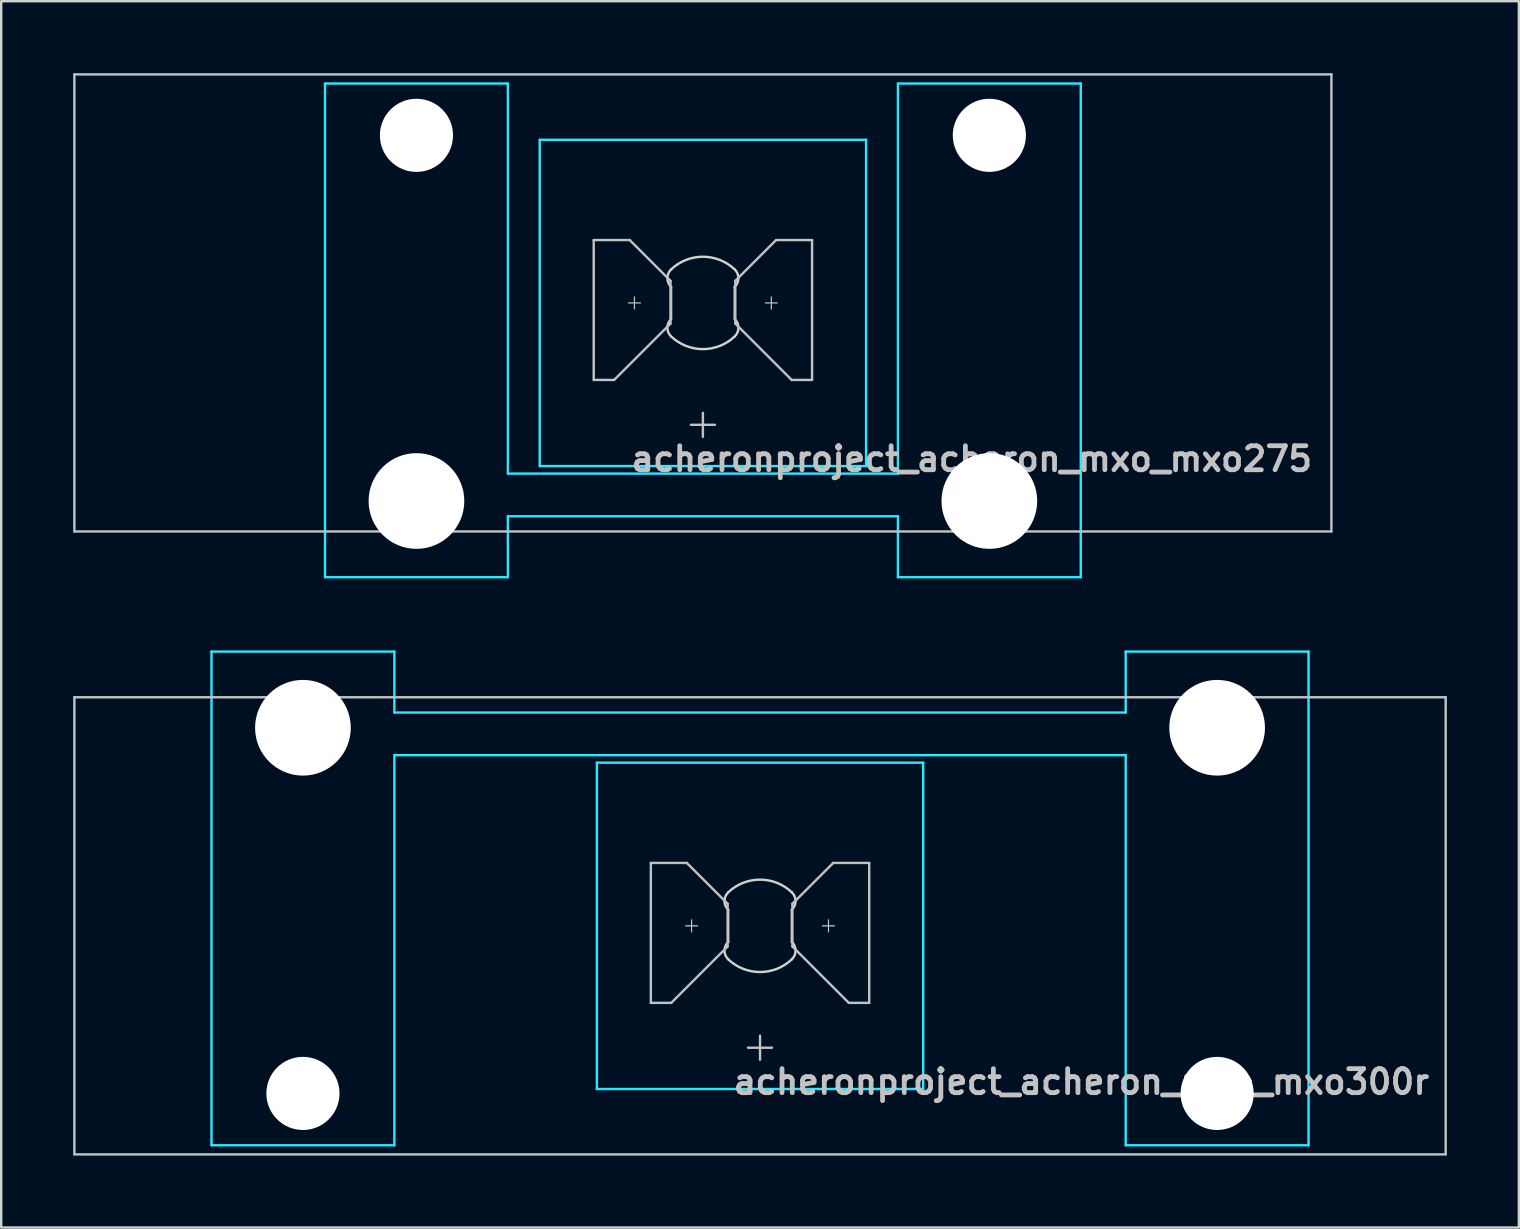
<source format=kicad_pcb>
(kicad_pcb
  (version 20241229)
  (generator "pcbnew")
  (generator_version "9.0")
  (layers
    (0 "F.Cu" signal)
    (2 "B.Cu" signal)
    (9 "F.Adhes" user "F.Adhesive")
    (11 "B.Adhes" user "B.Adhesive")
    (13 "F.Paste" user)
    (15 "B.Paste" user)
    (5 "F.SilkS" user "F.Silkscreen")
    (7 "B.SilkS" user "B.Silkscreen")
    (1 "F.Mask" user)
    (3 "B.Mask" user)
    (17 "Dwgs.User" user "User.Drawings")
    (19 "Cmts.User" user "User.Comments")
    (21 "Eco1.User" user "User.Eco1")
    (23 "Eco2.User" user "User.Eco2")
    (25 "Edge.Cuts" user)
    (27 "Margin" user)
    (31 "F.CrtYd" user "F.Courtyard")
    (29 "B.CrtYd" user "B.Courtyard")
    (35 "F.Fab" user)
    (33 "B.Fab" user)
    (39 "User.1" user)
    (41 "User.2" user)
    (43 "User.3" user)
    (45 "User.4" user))
  (footprint "acheronproject_acheron_mxo_mxo300r"
    (layer "F.Cu")
    (at 28.625 35.535)
    (property "Reference" "acheronproject_acheron_mxo_mxo300r" (at 28 6.5 0) (layer "Dwgs.User") (effects (font (size 1 1) (thickness 0.2)) (justify right)))
    (attr through_hole)
    (fp_line (start -28.575 -9.525) (end -28.575 9.525) (stroke (width 0.1) (type solid)) (layer "Dwgs.User"))
    (fp_line (start -28.575 -9.525) (end 28.575 -9.525) (stroke (width 0.1) (type solid)) (layer "Dwgs.User"))
    (fp_line (start -28.575 9.525) (end 28.575 9.525) (stroke (width 0.1) (type solid)) (layer "Dwgs.User"))
    (fp_line (start -4.55 -2.62) (end -3.05 -2.62) (stroke (width 0.1) (type solid)) (layer "Dwgs.User"))
    (fp_line (start -4.55 3.21) (end -4.55 -2.62) (stroke (width 0.1) (type solid)) (layer "Dwgs.User"))
    (fp_line (start -3.7 3.21) (end -4.55 3.21) (stroke (width 0.1) (type solid)) (layer "Dwgs.User"))
    (fp_line (start -3.103 0) (end -2.603 0) (stroke (width 0.05) (type solid)) (layer "Dwgs.User"))
    (fp_line (start -3.05 -2.62) (end -1.35 -0.92) (stroke (width 0.1) (type solid)) (layer "Dwgs.User"))
    (fp_line (start -2.853 -0.25) (end -2.853 0.25) (stroke (width 0.05) (type solid)) (layer "Dwgs.User"))
    (fp_line (start -1.35 -0.92) (end -1.35 0.86) (stroke (width 0.1) (type solid)) (layer "Dwgs.User"))
    (fp_line (start -1.35 0.86) (end -3.7 3.21) (stroke (width 0.1) (type solid)) (layer "Dwgs.User"))
    (fp_line (start -0.5 5.08) (end 0.5 5.08) (stroke (width 0.1) (type solid)) (layer "Dwgs.User"))
    (fp_line (start 0 4.58) (end 0 5.58) (stroke (width 0.1) (type solid)) (layer "Dwgs.User"))
    (fp_line (start 1.35 -0.92) (end 1.35 0.86) (stroke (width 0.1) (type solid)) (layer "Dwgs.User"))
    (fp_line (start 1.35 0.86) (end 3.7 3.21) (stroke (width 0.1) (type solid)) (layer "Dwgs.User"))
    (fp_line (start 2.603 0) (end 3.103 0) (stroke (width 0.05) (type solid)) (layer "Dwgs.User"))
    (fp_line (start 2.853 -0.25) (end 2.853 0.25) (stroke (width 0.05) (type solid)) (layer "Dwgs.User"))
    (fp_line (start 3.05 -2.62) (end 1.35 -0.92) (stroke (width 0.1) (type solid)) (layer "Dwgs.User"))
    (fp_line (start 3.7 3.21) (end 4.55 3.21) (stroke (width 0.1) (type solid)) (layer "Dwgs.User"))
    (fp_line (start 4.55 -2.62) (end 3.05 -2.62) (stroke (width 0.1) (type solid)) (layer "Dwgs.User"))
    (fp_line (start 4.55 3.21) (end 4.55 -2.62) (stroke (width 0.1) (type solid)) (layer "Dwgs.User"))
    (fp_line (start 28.575 -9.525) (end 28.575 9.525) (stroke (width 0.1) (type solid)) (layer "Dwgs.User"))
    (fp_line (start -22.55 -8.515) (end -22.55 5.485) (stroke (width 0.1) (type solid)) (layer "Eco1.User"))
    (fp_line (start -22.05 -9.015) (end -16.05 -9.015) (stroke (width 0.1) (type solid)) (layer "Eco1.User"))
    (fp_line (start -16.05 5.985) (end -22.05 5.985) (stroke (width 0.1) (type solid)) (layer "Eco1.User"))
    (fp_line (start -15.55 5.485) (end -15.55 -8.515) (stroke (width 0.1) (type solid)) (layer "Eco1.User"))
    (fp_line (start -7 -6.5) (end -7 6.5) (stroke (width 0.1) (type solid)) (layer "Eco1.User"))
    (fp_line (start -6.5 7) (end 6.5 7) (stroke (width 0.1) (type solid)) (layer "Eco1.User"))
    (fp_line (start 6.5 -7) (end -6.5 -7) (stroke (width 0.1) (type solid)) (layer "Eco1.User"))
    (fp_line (start 7 6.5) (end 7 -6.5) (stroke (width 0.1) (type solid)) (layer "Eco1.User"))
    (fp_line (start 15.55 -8.515) (end 15.55 5.485) (stroke (width 0.1) (type solid)) (layer "Eco1.User"))
    (fp_line (start 16.05 -9.015) (end 22.05 -9.015) (stroke (width 0.1) (type solid)) (layer "Eco1.User"))
    (fp_line (start 22.05 5.985) (end 16.05 5.985) (stroke (width 0.1) (type solid)) (layer "Eco1.User"))
    (fp_line (start 22.55 5.485) (end 22.55 -8.515) (stroke (width 0.1) (type solid)) (layer "Eco1.User"))
    (fp_arc (start -22.55 -8.515) (mid -22.403553 -8.868553) (end -22.05 -9.015) (stroke (width 0.1) (type solid)) (layer "Eco1.User"))
    (fp_arc (start -22.05 5.985) (mid -22.403553 5.838553) (end -22.55 5.485) (stroke (width 0.1) (type solid)) (layer "Eco1.User"))
    (fp_arc (start -16.05 -9.015) (mid -15.696447 -8.868553) (end -15.55 -8.515) (stroke (width 0.1) (type solid)) (layer "Eco1.User"))
    (fp_arc (start -15.55 5.485) (mid -15.696447 5.838553) (end -16.05 5.985) (stroke (width 0.1) (type solid)) (layer "Eco1.User"))
    (fp_arc (start -7 -6.5) (mid -6.853553 -6.853553) (end -6.5 -7) (stroke (width 0.1) (type solid)) (layer "Eco1.User"))
    (fp_arc (start -6.5 7) (mid -6.853553 6.853553) (end -7 6.5) (stroke (width 0.1) (type solid)) (layer "Eco1.User"))
    (fp_arc (start 6.5 -7) (mid 6.853553 -6.853553) (end 7 -6.5) (stroke (width 0.1) (type solid)) (layer "Eco1.User"))
    (fp_arc (start 7 6.5) (mid 6.853553 6.853553) (end 6.5 7) (stroke (width 0.1) (type solid)) (layer "Eco1.User"))
    (fp_arc (start 15.55 -8.515) (mid 15.696447 -8.868553) (end 16.05 -9.015) (stroke (width 0.1) (type solid)) (layer "Eco1.User"))
    (fp_arc (start 16.05 5.985) (mid 15.696447 5.838553) (end 15.55 5.485) (stroke (width 0.1) (type solid)) (layer "Eco1.User"))
    (fp_arc (start 22.05 -9.015) (mid 22.403553 -8.868553) (end 22.55 -8.515) (stroke (width 0.1) (type solid)) (layer "Eco1.User"))
    (fp_arc (start 22.55 5.485) (mid 22.403553 5.838553) (end 22.05 5.985) (stroke (width 0.1) (type solid)) (layer "Eco1.User"))
    (fp_line (start -1.325 -0.671) (end -1.325 0.671) (stroke (width 0.1) (type solid)) (layer "Edge.Cuts"))
    (fp_line (start 1.325 0.671) (end 1.325 -0.671) (stroke (width 0.1) (type solid)) (layer "Edge.Cuts"))
    (fp_arc (start -1.325 -1.396424) (mid 0 -1.925) (end 1.325 -1.396424) (stroke (width 0.1) (type solid)) (layer "Edge.Cuts"))
    (fp_arc (start -1.325 -0.671009) (mid -1.480844 -1.033717) (end -1.325 -1.396424) (stroke (width 0.1) (type solid)) (layer "Edge.Cuts"))
    (fp_arc (start -1.325 1.396424) (mid -1.480844 1.033717) (end -1.325 0.671009) (stroke (width 0.1) (type solid)) (layer "Edge.Cuts"))
    (fp_arc (start 1.325 -1.396424) (mid 1.480844 -1.033717) (end 1.325 -0.671009) (stroke (width 0.1) (type solid)) (layer "Edge.Cuts"))
    (fp_arc (start 1.325 0.671009) (mid 1.480844 1.033717) (end 1.325 1.396424) (stroke (width 0.1) (type solid)) (layer "Edge.Cuts"))
    (fp_arc (start 1.325 1.396424) (mid 0 1.925) (end -1.325 1.396424) (stroke (width 0.1) (type solid)) (layer "Edge.Cuts"))
    (fp_line (start -22.86 -11.43) (end -15.24 -11.43) (stroke (width 0.1) (type solid)) (layer "B.CrtYd"))
    (fp_line (start -22.86 9.144) (end -22.86 -11.43) (stroke (width 0.1) (type solid)) (layer "B.CrtYd"))
    (fp_line (start -15.24 -11.43) (end -15.24 -8.89) (stroke (width 0.1) (type solid)) (layer "B.CrtYd"))
    (fp_line (start -15.24 9.144) (end -22.86 9.144) (stroke (width 0.1) (type solid)) (layer "B.CrtYd"))
    (fp_line (start -15.24 9.144) (end -15.24 -7.112) (stroke (width 0.1) (type solid)) (layer "B.CrtYd"))
    (fp_line (start -6.8 6.8) (end -6.8 -6.8) (stroke (width 0.1) (type solid)) (layer "B.CrtYd"))
    (fp_line (start 6.8 -6.8) (end -6.8 -6.8) (stroke (width 0.1) (type solid)) (layer "B.CrtYd"))
    (fp_line (start 6.8 6.8) (end -6.8 6.8) (stroke (width 0.1) (type solid)) (layer "B.CrtYd"))
    (fp_line (start 6.8 6.8) (end 6.8 -6.8) (stroke (width 0.1) (type solid)) (layer "B.CrtYd"))
    (fp_line (start 15.24 -11.43) (end 15.24 -8.89) (stroke (width 0.1) (type solid)) (layer "B.CrtYd"))
    (fp_line (start 15.24 -11.43) (end 22.86 -11.43) (stroke (width 0.1) (type solid)) (layer "B.CrtYd"))
    (fp_line (start 15.24 -8.89) (end -15.24 -8.89) (stroke (width 0.1) (type solid)) (layer "B.CrtYd"))
    (fp_line (start 15.24 -7.112) (end -15.24 -7.112) (stroke (width 0.1) (type solid)) (layer "B.CrtYd"))
    (fp_line (start 15.24 9.144) (end 15.24 -7.112) (stroke (width 0.1) (type solid)) (layer "B.CrtYd"))
    (fp_line (start 22.86 -11.43) (end 22.86 9.144) (stroke (width 0.1) (type solid)) (layer "B.CrtYd"))
    (fp_line (start 22.86 9.144) (end 15.24 9.144) (stroke (width 0.1) (type solid)) (layer "B.CrtYd"))
    (pad "" np_thru_hole circle (at -19.05 -8.255 180) (size 3.988 3.988) (drill 3.988) (layers "*.Cu" "*.Mask"))
    (pad "" np_thru_hole circle (at -19.05 6.985 180) (size 3.048 3.048) (drill 3.048) (layers "*.Cu" "*.Mask"))
    (pad "" np_thru_hole circle (at 19.05 -8.255 180) (size 3.988 3.988) (drill 3.988) (layers "*.Cu" "*.Mask"))
    (pad "" np_thru_hole circle (at 19.05 6.985 180) (size 3.048 3.048) (drill 3.048) (layers "*.Cu" "*.Mask")))
  (footprint "acheronproject_acheron_mxo_mxo275"
    (layer "F.Cu")
    (at 26.244 9.575)
    (property "Reference" "acheronproject_acheron_mxo_mxo275" (at 25.5 6.5 0) (layer "Dwgs.User") (effects (font (size 1 1) (thickness 0.2)) (justify right)))
    (attr through_hole)
    (fp_line (start -26.194 -9.525) (end -26.194 9.525) (stroke (width 0.1) (type solid)) (layer "Dwgs.User"))
    (fp_line (start -26.194 -9.525) (end 26.194 -9.525) (stroke (width 0.1) (type solid)) (layer "Dwgs.User"))
    (fp_line (start -26.194 9.525) (end 26.194 9.525) (stroke (width 0.1) (type solid)) (layer "Dwgs.User"))
    (fp_line (start -4.55 -2.62) (end -3.05 -2.62) (stroke (width 0.1) (type solid)) (layer "Dwgs.User"))
    (fp_line (start -4.55 3.21) (end -4.55 -2.62) (stroke (width 0.1) (type solid)) (layer "Dwgs.User"))
    (fp_line (start -3.7 3.21) (end -4.55 3.21) (stroke (width 0.1) (type solid)) (layer "Dwgs.User"))
    (fp_line (start -3.103 0) (end -2.603 0) (stroke (width 0.05) (type solid)) (layer "Dwgs.User"))
    (fp_line (start -3.05 -2.62) (end -1.35 -0.92) (stroke (width 0.1) (type solid)) (layer "Dwgs.User"))
    (fp_line (start -2.853 -0.25) (end -2.853 0.25) (stroke (width 0.05) (type solid)) (layer "Dwgs.User"))
    (fp_line (start -1.35 -0.92) (end -1.35 0.86) (stroke (width 0.1) (type solid)) (layer "Dwgs.User"))
    (fp_line (start -1.35 0.86) (end -3.7 3.21) (stroke (width 0.1) (type solid)) (layer "Dwgs.User"))
    (fp_line (start -0.5 5.08) (end 0.5 5.08) (stroke (width 0.1) (type solid)) (layer "Dwgs.User"))
    (fp_line (start 0 4.58) (end 0 5.58) (stroke (width 0.1) (type solid)) (layer "Dwgs.User"))
    (fp_line (start 1.35 -0.92) (end 1.35 0.86) (stroke (width 0.1) (type solid)) (layer "Dwgs.User"))
    (fp_line (start 1.35 0.86) (end 3.7 3.21) (stroke (width 0.1) (type solid)) (layer "Dwgs.User"))
    (fp_line (start 2.603 0) (end 3.103 0) (stroke (width 0.05) (type solid)) (layer "Dwgs.User"))
    (fp_line (start 2.853 -0.25) (end 2.853 0.25) (stroke (width 0.05) (type solid)) (layer "Dwgs.User"))
    (fp_line (start 3.05 -2.62) (end 1.35 -0.92) (stroke (width 0.1) (type solid)) (layer "Dwgs.User"))
    (fp_line (start 3.7 3.21) (end 4.55 3.21) (stroke (width 0.1) (type solid)) (layer "Dwgs.User"))
    (fp_line (start 4.55 -2.62) (end 3.05 -2.62) (stroke (width 0.1) (type solid)) (layer "Dwgs.User"))
    (fp_line (start 4.55 3.21) (end 4.55 -2.62) (stroke (width 0.1) (type solid)) (layer "Dwgs.User"))
    (fp_line (start 26.194 -9.525) (end 26.194 9.525) (stroke (width 0.1) (type solid)) (layer "Dwgs.User"))
    (fp_line (start -15.438 -5.485) (end -15.438 8.515) (stroke (width 0.1) (type solid)) (layer "Eco1.User"))
    (fp_line (start -14.938 -5.985) (end -8.938 -5.985) (stroke (width 0.1) (type solid)) (layer "Eco1.User"))
    (fp_line (start -8.938 9.015) (end -14.938 9.015) (stroke (width 0.1) (type solid)) (layer "Eco1.User"))
    (fp_line (start -8.438 8.515) (end -8.438 -5.485) (stroke (width 0.1) (type solid)) (layer "Eco1.User"))
    (fp_line (start -7 -6.5) (end -7 6.5) (stroke (width 0.1) (type solid)) (layer "Eco1.User"))
    (fp_line (start -6.5 7) (end 6.5 7) (stroke (width 0.1) (type solid)) (layer "Eco1.User"))
    (fp_line (start 6.5 -7) (end -6.5 -7) (stroke (width 0.1) (type solid)) (layer "Eco1.User"))
    (fp_line (start 7 6.5) (end 7 -6.5) (stroke (width 0.1) (type solid)) (layer "Eco1.User"))
    (fp_line (start 8.438 -5.485) (end 8.438 8.515) (stroke (width 0.1) (type solid)) (layer "Eco1.User"))
    (fp_line (start 8.938 -5.985) (end 14.938 -5.985) (stroke (width 0.1) (type solid)) (layer "Eco1.User"))
    (fp_line (start 14.938 9.015) (end 8.938 9.015) (stroke (width 0.1) (type solid)) (layer "Eco1.User"))
    (fp_line (start 15.438 8.515) (end 15.438 -5.485) (stroke (width 0.1) (type solid)) (layer "Eco1.User"))
    (fp_arc (start -15.438 -5.485) (mid -15.291553 -5.838553) (end -14.938 -5.985) (stroke (width 0.1) (type solid)) (layer "Eco1.User"))
    (fp_arc (start -14.938 9.015) (mid -15.291553 8.868553) (end -15.438 8.515) (stroke (width 0.1) (type solid)) (layer "Eco1.User"))
    (fp_arc (start -8.938 -5.985) (mid -8.584447 -5.838553) (end -8.438 -5.485) (stroke (width 0.1) (type solid)) (layer "Eco1.User"))
    (fp_arc (start -8.438 8.515) (mid -8.584447 8.868553) (end -8.938 9.015) (stroke (width 0.1) (type solid)) (layer "Eco1.User"))
    (fp_arc (start -7 -6.5) (mid -6.853553 -6.853553) (end -6.5 -7) (stroke (width 0.1) (type solid)) (layer "Eco1.User"))
    (fp_arc (start -6.5 7) (mid -6.853553 6.853553) (end -7 6.5) (stroke (width 0.1) (type solid)) (layer "Eco1.User"))
    (fp_arc (start 6.5 -7) (mid 6.853553 -6.853553) (end 7 -6.5) (stroke (width 0.1) (type solid)) (layer "Eco1.User"))
    (fp_arc (start 7 6.5) (mid 6.853553 6.853553) (end 6.5 7) (stroke (width 0.1) (type solid)) (layer "Eco1.User"))
    (fp_arc (start 8.438 -5.485) (mid 8.584447 -5.838553) (end 8.938 -5.985) (stroke (width 0.1) (type solid)) (layer "Eco1.User"))
    (fp_arc (start 8.938 9.015) (mid 8.584447 8.868553) (end 8.438 8.515) (stroke (width 0.1) (type solid)) (layer "Eco1.User"))
    (fp_arc (start 14.938 -5.985) (mid 15.291553 -5.838553) (end 15.438 -5.485) (stroke (width 0.1) (type solid)) (layer "Eco1.User"))
    (fp_arc (start 15.438 8.515) (mid 15.291553 8.868553) (end 14.938 9.015) (stroke (width 0.1) (type solid)) (layer "Eco1.User"))
    (fp_line (start -1.325 -0.671) (end -1.325 0.671) (stroke (width 0.1) (type solid)) (layer "Edge.Cuts"))
    (fp_line (start 1.325 0.671) (end 1.325 -0.671) (stroke (width 0.1) (type solid)) (layer "Edge.Cuts"))
    (fp_arc (start -1.325 -1.396424) (mid 0 -1.925) (end 1.325 -1.396424) (stroke (width 0.1) (type solid)) (layer "Edge.Cuts"))
    (fp_arc (start -1.325 -0.671009) (mid -1.480844 -1.033717) (end -1.325 -1.396424) (stroke (width 0.1) (type solid)) (layer "Edge.Cuts"))
    (fp_arc (start -1.325 1.396424) (mid -1.480844 1.033717) (end -1.325 0.671009) (stroke (width 0.1) (type solid)) (layer "Edge.Cuts"))
    (fp_arc (start 1.325 -1.396424) (mid 1.480844 -1.033717) (end 1.325 -0.671009) (stroke (width 0.1) (type solid)) (layer "Edge.Cuts"))
    (fp_arc (start 1.325 0.671009) (mid 1.480844 1.033717) (end 1.325 1.396424) (stroke (width 0.1) (type solid)) (layer "Edge.Cuts"))
    (fp_arc (start 1.325 1.396424) (mid 0 1.925) (end -1.325 1.396424) (stroke (width 0.1) (type solid)) (layer "Edge.Cuts"))
    (fp_line (start -15.748 -9.144) (end -8.128 -9.144) (stroke (width 0.1) (type solid)) (layer "B.CrtYd"))
    (fp_line (start -15.748 11.43) (end -15.748 -9.144) (stroke (width 0.1) (type solid)) (layer "B.CrtYd"))
    (fp_line (start -8.128 -9.144) (end -8.128 7.112) (stroke (width 0.1) (type solid)) (layer "B.CrtYd"))
    (fp_line (start -8.128 7.112) (end 8.128 7.112) (stroke (width 0.1) (type solid)) (layer "B.CrtYd"))
    (fp_line (start -8.128 8.89) (end 8.128 8.89) (stroke (width 0.1) (type solid)) (layer "B.CrtYd"))
    (fp_line (start -8.128 11.43) (end -15.748 11.43) (stroke (width 0.1) (type solid)) (layer "B.CrtYd"))
    (fp_line (start -8.128 11.43) (end -8.128 8.89) (stroke (width 0.1) (type solid)) (layer "B.CrtYd"))
    (fp_line (start -6.8 6.8) (end -6.8 -6.8) (stroke (width 0.1) (type solid)) (layer "B.CrtYd"))
    (fp_line (start 6.8 -6.8) (end -6.8 -6.8) (stroke (width 0.1) (type solid)) (layer "B.CrtYd"))
    (fp_line (start 6.8 6.8) (end -6.8 6.8) (stroke (width 0.1) (type solid)) (layer "B.CrtYd"))
    (fp_line (start 6.8 6.8) (end 6.8 -6.8) (stroke (width 0.1) (type solid)) (layer "B.CrtYd"))
    (fp_line (start 8.128 -9.144) (end 8.128 7.112) (stroke (width 0.1) (type solid)) (layer "B.CrtYd"))
    (fp_line (start 8.128 -9.144) (end 15.748 -9.144) (stroke (width 0.1) (type solid)) (layer "B.CrtYd"))
    (fp_line (start 8.128 11.43) (end 8.128 8.89) (stroke (width 0.1) (type solid)) (layer "B.CrtYd"))
    (fp_line (start 15.748 -9.144) (end 15.748 11.43) (stroke (width 0.1) (type solid)) (layer "B.CrtYd"))
    (fp_line (start 15.748 11.43) (end 8.128 11.43) (stroke (width 0.1) (type solid)) (layer "B.CrtYd"))
    (pad "" np_thru_hole circle (at -11.938 -6.985) (size 3.048 3.048) (drill 3.048) (layers "*.Cu" "*.Mask"))
    (pad "" np_thru_hole circle (at -11.938 8.255) (size 3.988 3.988) (drill 3.988) (layers "*.Cu" "*.Mask"))
    (pad "" np_thru_hole circle (at 11.938 -6.985) (size 3.048 3.048) (drill 3.048) (layers "*.Cu" "*.Mask"))
    (pad "" np_thru_hole circle (at 11.938 8.255) (size 3.988 3.988) (drill 3.988) (layers "*.Cu" "*.Mask")))
  (gr_rect
    (start -3 -3)
    (end 60.25 48.11)
    (stroke (width 0.1) (type default))
    (fill no)
    (layer "Edge.Cuts")))
</source>
